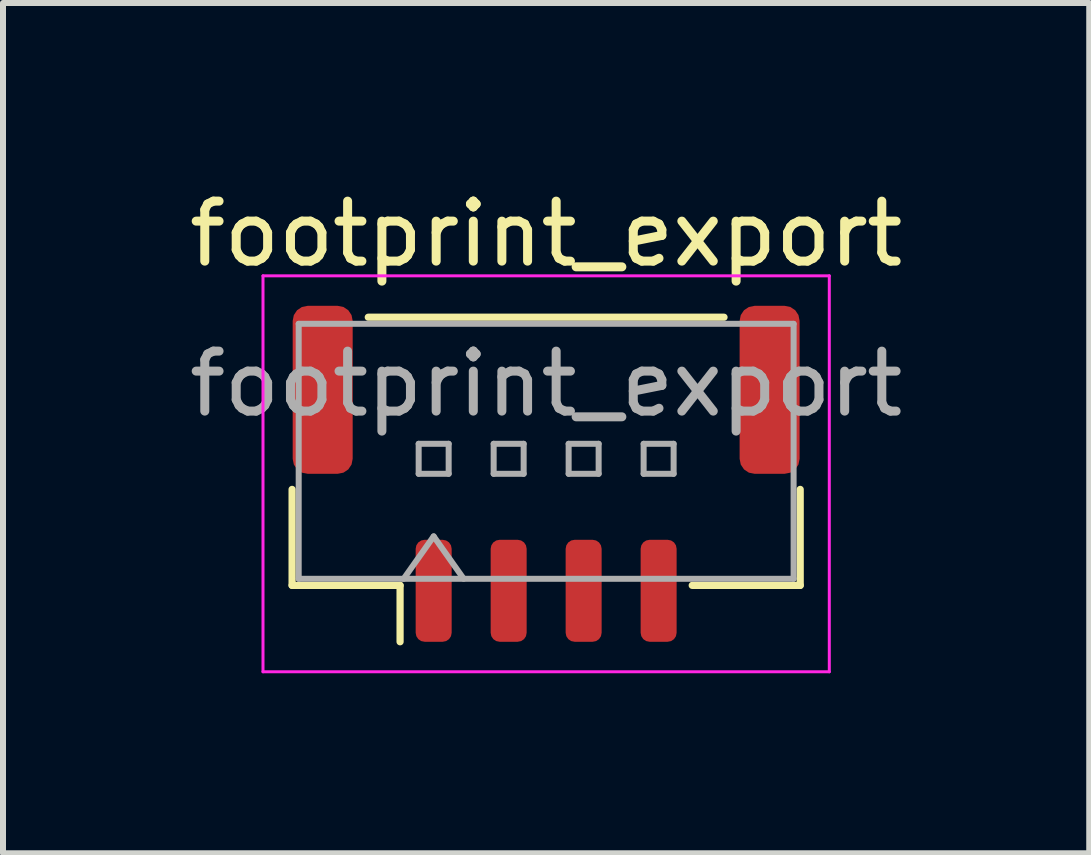
<source format=kicad_pcb>
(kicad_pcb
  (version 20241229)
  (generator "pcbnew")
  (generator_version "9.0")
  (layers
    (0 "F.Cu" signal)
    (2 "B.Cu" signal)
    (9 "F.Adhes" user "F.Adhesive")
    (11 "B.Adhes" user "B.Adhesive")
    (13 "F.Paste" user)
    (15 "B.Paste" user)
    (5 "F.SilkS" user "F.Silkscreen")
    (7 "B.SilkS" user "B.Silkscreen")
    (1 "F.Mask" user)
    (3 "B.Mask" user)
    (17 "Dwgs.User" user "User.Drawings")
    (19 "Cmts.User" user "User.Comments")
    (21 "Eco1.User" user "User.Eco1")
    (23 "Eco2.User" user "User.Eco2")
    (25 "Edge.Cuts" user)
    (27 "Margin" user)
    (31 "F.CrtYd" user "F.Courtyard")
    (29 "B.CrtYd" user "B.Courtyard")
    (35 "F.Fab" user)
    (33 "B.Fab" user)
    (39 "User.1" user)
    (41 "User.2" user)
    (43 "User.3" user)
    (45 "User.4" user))
  (footprint "footprint_export"
    (layer "F.Cu")
    (at 6.054 4.848)
    (property "Reference" "footprint_export" (at 0 -4 0) (layer "F.SilkS") (effects (font (size 1 1) (thickness 0.15))))
    (attr smd)
    (fp_line (start -4.235 0.26) (end -4.235 1.86) (stroke (width 0.12) (type solid)) (layer "F.SilkS"))
    (fp_line (start -4.235 1.86) (end -2.435 1.86) (stroke (width 0.12) (type solid)) (layer "F.SilkS"))
    (fp_line (start -2.965 -2.61) (end 2.965 -2.61) (stroke (width 0.12) (type solid)) (layer "F.SilkS"))
    (fp_line (start -2.435 1.86) (end -2.435 2.8) (stroke (width 0.12) (type solid)) (layer "F.SilkS"))
    (fp_line (start 4.235 0.26) (end 4.235 1.86) (stroke (width 0.12) (type solid)) (layer "F.SilkS"))
    (fp_line (start 4.235 1.86) (end 2.435 1.86) (stroke (width 0.12) (type solid)) (layer "F.SilkS"))
    (fp_line (start -4.72 -3.3) (end -4.72 3.3) (stroke (width 0.05) (type solid)) (layer "F.CrtYd"))
    (fp_line (start -4.72 3.3) (end 4.72 3.3) (stroke (width 0.05) (type solid)) (layer "F.CrtYd"))
    (fp_line (start 4.72 -3.3) (end -4.72 -3.3) (stroke (width 0.05) (type solid)) (layer "F.CrtYd"))
    (fp_line (start 4.72 3.3) (end 4.72 -3.3) (stroke (width 0.05) (type solid)) (layer "F.CrtYd"))
    (fp_line (start -4.125 -2.5) (end 4.125 -2.5) (stroke (width 0.1) (type solid)) (layer "F.Fab"))
    (fp_line (start -4.125 1.75) (end -4.125 -2.5) (stroke (width 0.1) (type solid)) (layer "F.Fab"))
    (fp_line (start -4.125 1.75) (end 4.125 1.75) (stroke (width 0.1) (type solid)) (layer "F.Fab"))
    (fp_line (start -2.375 1.75) (end -1.875 1.043) (stroke (width 0.1) (type solid)) (layer "F.Fab"))
    (fp_line (start -2.125 -0.5) (end -2.125 0) (stroke (width 0.1) (type solid)) (layer "F.Fab"))
    (fp_line (start -2.125 0) (end -1.625 0) (stroke (width 0.1) (type solid)) (layer "F.Fab"))
    (fp_line (start -1.875 1.043) (end -1.375 1.75) (stroke (width 0.1) (type solid)) (layer "F.Fab"))
    (fp_line (start -1.625 -0.5) (end -2.125 -0.5) (stroke (width 0.1) (type solid)) (layer "F.Fab"))
    (fp_line (start -1.625 0) (end -1.625 -0.5) (stroke (width 0.1) (type solid)) (layer "F.Fab"))
    (fp_line (start -0.875 -0.5) (end -0.875 0) (stroke (width 0.1) (type solid)) (layer "F.Fab"))
    (fp_line (start -0.875 0) (end -0.375 0) (stroke (width 0.1) (type solid)) (layer "F.Fab"))
    (fp_line (start -0.375 -0.5) (end -0.875 -0.5) (stroke (width 0.1) (type solid)) (layer "F.Fab"))
    (fp_line (start -0.375 0) (end -0.375 -0.5) (stroke (width 0.1) (type solid)) (layer "F.Fab"))
    (fp_line (start 0.375 -0.5) (end 0.375 0) (stroke (width 0.1) (type solid)) (layer "F.Fab"))
    (fp_line (start 0.375 0) (end 0.875 0) (stroke (width 0.1) (type solid)) (layer "F.Fab"))
    (fp_line (start 0.875 -0.5) (end 0.375 -0.5) (stroke (width 0.1) (type solid)) (layer "F.Fab"))
    (fp_line (start 0.875 0) (end 0.875 -0.5) (stroke (width 0.1) (type solid)) (layer "F.Fab"))
    (fp_line (start 1.625 -0.5) (end 1.625 0) (stroke (width 0.1) (type solid)) (layer "F.Fab"))
    (fp_line (start 1.625 0) (end 2.125 0) (stroke (width 0.1) (type solid)) (layer "F.Fab"))
    (fp_line (start 2.125 -0.5) (end 1.625 -0.5) (stroke (width 0.1) (type solid)) (layer "F.Fab"))
    (fp_line (start 2.125 0) (end 2.125 -0.5) (stroke (width 0.1) (type solid)) (layer "F.Fab"))
    (fp_line (start 4.125 1.75) (end 4.125 -2.5) (stroke (width 0.1) (type solid)) (layer "F.Fab"))
    (fp_text user "${REFERENCE}" (at 0 -1.5 0) (layer "F.Fab") (effects (font (size 1 1) (thickness 0.15))))
    (pad "1" smd roundrect (at -1.875 1.95) (size 0.6 1.7) (layers "F.Cu" "F.Mask" "F.Paste") (roundrect_rratio 0.25))
    (pad "2" smd roundrect (at -0.625 1.95) (size 0.6 1.7) (layers "F.Cu" "F.Mask" "F.Paste") (roundrect_rratio 0.25))
    (pad "3" smd roundrect (at 0.625 1.95) (size 0.6 1.7) (layers "F.Cu" "F.Mask" "F.Paste") (roundrect_rratio 0.25))
    (pad "4" smd roundrect (at 1.875 1.95) (size 0.6 1.7) (layers "F.Cu" "F.Mask" "F.Paste") (roundrect_rratio 0.25))
    (pad "MP" smd roundrect (at -3.725 -1.4) (size 1 2.8) (layers "F.Cu" "F.Mask" "F.Paste") (roundrect_rratio 0.25))
    (pad "MP" smd roundrect (at 3.725 -1.4) (size 1 2.8) (layers "F.Cu" "F.Mask" "F.Paste") (roundrect_rratio 0.25)))
  (gr_rect
    (start -3 -3)
    (end 15.107 11.173)
    (stroke (width 0.1) (type default))
    (fill no)
    (layer "Edge.Cuts")))
</source>
